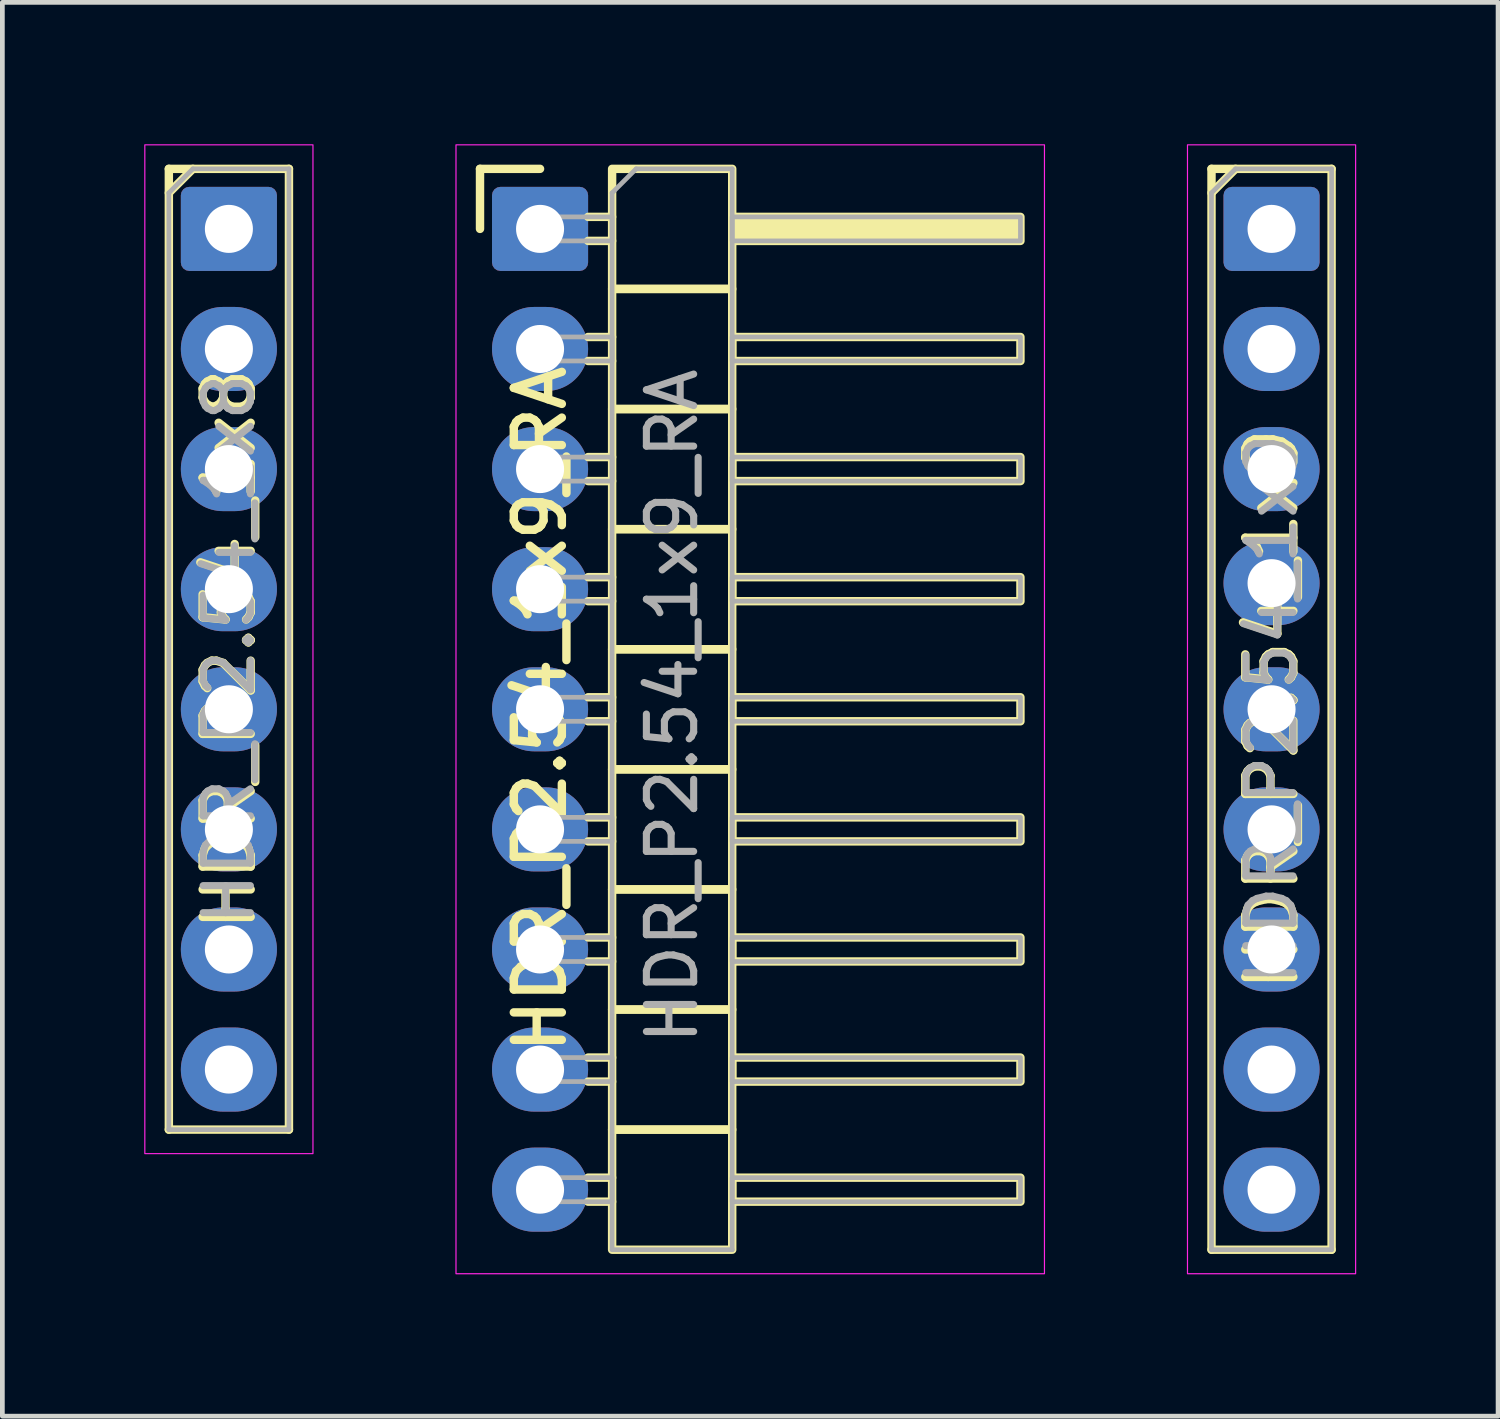
<source format=kicad_pcb>
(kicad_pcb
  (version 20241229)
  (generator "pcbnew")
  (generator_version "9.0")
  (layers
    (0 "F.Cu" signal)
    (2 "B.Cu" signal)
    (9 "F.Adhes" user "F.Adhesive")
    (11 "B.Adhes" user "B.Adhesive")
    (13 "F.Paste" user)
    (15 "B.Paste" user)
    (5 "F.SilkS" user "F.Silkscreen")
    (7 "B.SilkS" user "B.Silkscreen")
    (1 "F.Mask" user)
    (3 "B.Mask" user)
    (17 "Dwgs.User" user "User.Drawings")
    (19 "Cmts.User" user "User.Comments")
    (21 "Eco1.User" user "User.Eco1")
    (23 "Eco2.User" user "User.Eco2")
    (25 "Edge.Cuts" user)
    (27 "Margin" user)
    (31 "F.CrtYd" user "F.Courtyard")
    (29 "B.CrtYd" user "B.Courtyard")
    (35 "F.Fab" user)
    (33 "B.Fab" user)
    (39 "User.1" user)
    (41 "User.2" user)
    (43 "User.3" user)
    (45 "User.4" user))
  (footprint "HDR_P2.54_1x9_RA"
    (layer "F.Cu")
    (at 8.372 11.951)
    (property "Reference" "HDR_P2.54_1x9_RA" (at 0 0 90) (layer "F.SilkS") (effects (font (size 1.016 1.016) (thickness 0.178))))
    (attr through_hole)
    (fp_line (start -1.27 -11.43) (end 0 -11.43) (stroke (width 0.178) (type solid)) (layer "F.SilkS"))
    (fp_line (start -1.27 -10.16) (end -1.27 -11.43) (stroke (width 0.178) (type solid)) (layer "F.SilkS"))
    (fp_line (start 1.016 -10.414) (end 1.524 -10.414) (stroke (width 0.178) (type solid)) (layer "F.SilkS"))
    (fp_line (start 1.016 -9.906) (end 1.524 -9.906) (stroke (width 0.178) (type solid)) (layer "F.SilkS"))
    (fp_line (start 1.016 -7.874) (end 1.524 -7.874) (stroke (width 0.178) (type solid)) (layer "F.SilkS"))
    (fp_line (start 1.016 -7.366) (end 1.524 -7.366) (stroke (width 0.178) (type solid)) (layer "F.SilkS"))
    (fp_line (start 1.016 -5.334) (end 1.524 -5.334) (stroke (width 0.178) (type solid)) (layer "F.SilkS"))
    (fp_line (start 1.016 -4.826) (end 1.524 -4.826) (stroke (width 0.178) (type solid)) (layer "F.SilkS"))
    (fp_line (start 1.016 -2.794) (end 1.524 -2.794) (stroke (width 0.178) (type solid)) (layer "F.SilkS"))
    (fp_line (start 1.016 -2.286) (end 1.524 -2.286) (stroke (width 0.178) (type solid)) (layer "F.SilkS"))
    (fp_line (start 1.016 -0.254) (end 1.524 -0.254) (stroke (width 0.178) (type solid)) (layer "F.SilkS"))
    (fp_line (start 1.016 0.254) (end 1.524 0.254) (stroke (width 0.178) (type solid)) (layer "F.SilkS"))
    (fp_line (start 1.016 2.286) (end 1.524 2.286) (stroke (width 0.178) (type solid)) (layer "F.SilkS"))
    (fp_line (start 1.016 2.794) (end 1.524 2.794) (stroke (width 0.178) (type solid)) (layer "F.SilkS"))
    (fp_line (start 1.016 4.826) (end 1.524 4.826) (stroke (width 0.178) (type solid)) (layer "F.SilkS"))
    (fp_line (start 1.016 5.334) (end 1.524 5.334) (stroke (width 0.178) (type solid)) (layer "F.SilkS"))
    (fp_line (start 1.016 7.366) (end 1.524 7.366) (stroke (width 0.178) (type solid)) (layer "F.SilkS"))
    (fp_line (start 1.016 7.874) (end 1.524 7.874) (stroke (width 0.178) (type solid)) (layer "F.SilkS"))
    (fp_line (start 1.016 9.906) (end 1.524 9.906) (stroke (width 0.178) (type solid)) (layer "F.SilkS"))
    (fp_line (start 1.016 10.414) (end 1.524 10.414) (stroke (width 0.178) (type solid)) (layer "F.SilkS"))
    (fp_rect (start 1.524 -8.89) (end 4.064 -11.43) (stroke (width 0.178) (type solid)) (fill no) (layer "F.SilkS"))
    (fp_rect (start 1.524 -6.35) (end 4.064 -8.89) (stroke (width 0.178) (type solid)) (fill no) (layer "F.SilkS"))
    (fp_rect (start 1.524 -3.81) (end 4.064 -6.35) (stroke (width 0.178) (type solid)) (fill no) (layer "F.SilkS"))
    (fp_rect (start 1.524 -1.27) (end 4.064 -3.81) (stroke (width 0.178) (type solid)) (fill no) (layer "F.SilkS"))
    (fp_rect (start 1.524 1.27) (end 4.064 -1.27) (stroke (width 0.178) (type solid)) (fill no) (layer "F.SilkS"))
    (fp_rect (start 1.524 3.81) (end 4.064 1.27) (stroke (width 0.178) (type solid)) (fill no) (layer "F.SilkS"))
    (fp_rect (start 1.524 6.35) (end 4.064 3.81) (stroke (width 0.178) (type solid)) (fill no) (layer "F.SilkS"))
    (fp_rect (start 1.524 8.89) (end 4.064 6.35) (stroke (width 0.178) (type solid)) (fill no) (layer "F.SilkS"))
    (fp_rect (start 1.524 11.43) (end 4.064 8.89) (stroke (width 0.178) (type solid)) (fill no) (layer "F.SilkS"))
    (fp_rect (start 4.064 -10.414) (end 10.16 -9.906) (stroke (width 0.178) (type solid)) (fill yes) (layer "F.SilkS"))
    (fp_rect (start 4.064 -7.874) (end 10.16 -7.366) (stroke (width 0.178) (type solid)) (fill no) (layer "F.SilkS"))
    (fp_rect (start 4.064 -5.334) (end 10.16 -4.826) (stroke (width 0.178) (type solid)) (fill no) (layer "F.SilkS"))
    (fp_rect (start 4.064 -2.794) (end 10.16 -2.286) (stroke (width 0.178) (type solid)) (fill no) (layer "F.SilkS"))
    (fp_rect (start 4.064 -0.254) (end 10.16 0.254) (stroke (width 0.178) (type solid)) (fill no) (layer "F.SilkS"))
    (fp_rect (start 4.064 2.286) (end 10.16 2.794) (stroke (width 0.178) (type solid)) (fill no) (layer "F.SilkS"))
    (fp_rect (start 4.064 4.826) (end 10.16 5.334) (stroke (width 0.178) (type solid)) (fill no) (layer "F.SilkS"))
    (fp_rect (start 4.064 7.366) (end 10.16 7.874) (stroke (width 0.178) (type solid)) (fill no) (layer "F.SilkS"))
    (fp_rect (start 4.064 9.906) (end 10.16 10.414) (stroke (width 0.178) (type solid)) (fill no) (layer "F.SilkS"))
    (fp_rect (start -1.778 -11.938) (end 10.668 11.938) (stroke (width 0.025) (type solid)) (fill no) (layer "F.CrtYd"))
    (fp_line (start 1.524 -10.922) (end 2.032 -11.43) (stroke (width 0.1) (type solid)) (layer "F.Fab"))
    (fp_line (start 1.524 11.43) (end 1.524 -10.922) (stroke (width 0.1) (type solid)) (layer "F.Fab"))
    (fp_line (start 2.032 -11.43) (end 4.064 -11.43) (stroke (width 0.1) (type solid)) (layer "F.Fab"))
    (fp_line (start 4.064 -11.43) (end 4.064 11.43) (stroke (width 0.1) (type solid)) (layer "F.Fab"))
    (fp_line (start 4.064 11.43) (end 1.524 11.43) (stroke (width 0.1) (type solid)) (layer "F.Fab"))
    (fp_rect (start -0.254 -10.414) (end 1.524 -9.906) (stroke (width 0.1) (type solid)) (fill no) (layer "F.Fab"))
    (fp_rect (start -0.254 -7.874) (end 1.524 -7.366) (stroke (width 0.1) (type solid)) (fill no) (layer "F.Fab"))
    (fp_rect (start -0.254 -5.334) (end 1.524 -4.826) (stroke (width 0.1) (type solid)) (fill no) (layer "F.Fab"))
    (fp_rect (start -0.254 -2.794) (end 1.524 -2.286) (stroke (width 0.1) (type solid)) (fill no) (layer "F.Fab"))
    (fp_rect (start -0.254 0.254) (end 1.524 -0.254) (stroke (width 0.1) (type solid)) (fill no) (layer "F.Fab"))
    (fp_rect (start -0.254 2.286) (end 1.524 2.794) (stroke (width 0.1) (type solid)) (fill no) (layer "F.Fab"))
    (fp_rect (start -0.254 4.826) (end 1.524 5.334) (stroke (width 0.1) (type solid)) (fill no) (layer "F.Fab"))
    (fp_rect (start -0.254 7.366) (end 1.524 7.874) (stroke (width 0.1) (type solid)) (fill no) (layer "F.Fab"))
    (fp_rect (start -0.254 9.906) (end 1.524 10.414) (stroke (width 0.1) (type solid)) (fill no) (layer "F.Fab"))
    (fp_rect (start 4.064 -10.414) (end 10.16 -9.906) (stroke (width 0.1) (type solid)) (fill no) (layer "F.Fab"))
    (fp_rect (start 4.064 -7.874) (end 10.16 -7.366) (stroke (width 0.1) (type solid)) (fill no) (layer "F.Fab"))
    (fp_rect (start 4.064 -5.334) (end 10.16 -4.826) (stroke (width 0.1) (type solid)) (fill no) (layer "F.Fab"))
    (fp_rect (start 4.064 -2.794) (end 10.16 -2.286) (stroke (width 0.1) (type solid)) (fill no) (layer "F.Fab"))
    (fp_rect (start 4.064 -0.254) (end 10.16 0.254) (stroke (width 0.1) (type solid)) (fill no) (layer "F.Fab"))
    (fp_rect (start 4.064 2.286) (end 10.16 2.794) (stroke (width 0.1) (type solid)) (fill no) (layer "F.Fab"))
    (fp_rect (start 4.064 5.334) (end 10.16 4.826) (stroke (width 0.1) (type solid)) (fill no) (layer "F.Fab"))
    (fp_rect (start 4.064 7.874) (end 10.16 7.366) (stroke (width 0.1) (type solid)) (fill no) (layer "F.Fab"))
    (fp_rect (start 4.064 9.906) (end 10.16 10.414) (stroke (width 0.1) (type solid)) (fill no) (layer "F.Fab"))
    (fp_text user "${REFERENCE}" (at 2.794 -0.066 90) (layer "F.Fab") (effects (font (size 1 1) (thickness 0.15))))
    (pad "1" thru_hole roundrect (at 0 -10.16) (size 2.032 1.778) (drill 1.016) (layers "*.Cu" "*.Mask") (roundrect_rratio 0.1))
    (pad "2" thru_hole oval (at 0 -7.62) (size 2.032 1.778) (drill 1.016) (layers "*.Cu" "*.Mask"))
    (pad "3" thru_hole oval (at 0 -5.08) (size 2.032 1.778) (drill 1.016) (layers "*.Cu" "*.Mask"))
    (pad "4" thru_hole oval (at 0 -2.54) (size 2.032 1.778) (drill 1.016) (layers "*.Cu" "*.Mask"))
    (pad "5" thru_hole oval (at 0 0) (size 2.032 1.778) (drill 1.016) (layers "*.Cu" "*.Mask"))
    (pad "6" thru_hole oval (at 0 2.54) (size 2.032 1.778) (drill 1.016) (layers "*.Cu" "*.Mask"))
    (pad "7" thru_hole oval (at 0 5.08) (size 2.032 1.778) (drill 1.016) (layers "*.Cu" "*.Mask"))
    (pad "8" thru_hole oval (at 0 7.62) (size 2.032 1.778) (drill 1.016) (layers "*.Cu" "*.Mask"))
    (pad "9" thru_hole oval (at 0 10.16) (size 2.032 1.778) (drill 1.016) (layers "*.Cu" "*.Mask")))
  (footprint "HDR_P2.54_1x8"
    (layer "F.Cu")
    (at 1.791 10.681)
    (property "Reference" "HDR_P2.54_1x8" (at 0 0 90) (layer "F.SilkS") (effects (font (size 1.016 1.016) (thickness 0.178))))
    (attr through_hole)
    (fp_line (start -1.27 -10.16) (end -1.27 10.16) (stroke (width 0.178) (type solid)) (layer "F.SilkS"))
    (fp_line (start -1.27 -10.16) (end 1.27 -10.16) (stroke (width 0.178) (type solid)) (layer "F.SilkS"))
    (fp_line (start -1.27 -9.652) (end -0.762 -10.16) (stroke (width 0.178) (type solid)) (layer "F.SilkS"))
    (fp_line (start -1.27 10.16) (end 1.27 10.16) (stroke (width 0.178) (type solid)) (layer "F.SilkS"))
    (fp_line (start 1.27 -10.16) (end 1.27 10.16) (stroke (width 0.178) (type solid)) (layer "F.SilkS"))
    (fp_rect (start -1.778 -10.668) (end 1.778 10.668) (stroke (width 0.025) (type solid)) (fill no) (layer "F.CrtYd"))
    (fp_line (start -1.27 -9.652) (end -0.762 -10.16) (stroke (width 0.1) (type solid)) (layer "F.Fab"))
    (fp_line (start -1.27 10.16) (end -1.27 -9.652) (stroke (width 0.1) (type solid)) (layer "F.Fab"))
    (fp_line (start -0.762 -10.16) (end 1.27 -10.16) (stroke (width 0.1) (type solid)) (layer "F.Fab"))
    (fp_line (start 1.27 -10.16) (end 1.27 10.16) (stroke (width 0.1) (type solid)) (layer "F.Fab"))
    (fp_line (start 1.27 10.16) (end -1.27 10.16) (stroke (width 0.1) (type solid)) (layer "F.Fab"))
    (fp_text user "${REFERENCE}" (at 0 0 90) (layer "F.Fab") (effects (font (size 1 1) (thickness 0.15))))
    (pad "1" thru_hole roundrect (at 0 -8.89) (size 2.032 1.778) (drill 1.016) (layers "*.Cu" "*.Mask") (roundrect_rratio 0.1))
    (pad "2" thru_hole oval (at 0 -6.35) (size 2.032 1.778) (drill 1.016) (layers "*.Cu" "*.Mask"))
    (pad "3" thru_hole oval (at 0 -3.81) (size 2.032 1.778) (drill 1.016) (layers "*.Cu" "*.Mask"))
    (pad "4" thru_hole oval (at 0 -1.27) (size 2.032 1.778) (drill 1.016) (layers "*.Cu" "*.Mask"))
    (pad "5" thru_hole oval (at 0 1.27) (size 2.032 1.778) (drill 1.016) (layers "*.Cu" "*.Mask"))
    (pad "6" thru_hole oval (at 0 3.81) (size 2.032 1.778) (drill 1.016) (layers "*.Cu" "*.Mask"))
    (pad "7" thru_hole oval (at 0 6.35) (size 2.032 1.778) (drill 1.016) (layers "*.Cu" "*.Mask"))
    (pad "8" thru_hole oval (at 0 8.89) (size 2.032 1.778) (drill 1.016) (layers "*.Cu" "*.Mask")))
  (footprint "HDR_P2.54_1x9"
    (layer "F.Cu")
    (at 23.843 11.951)
    (property "Reference" "HDR_P2.54_1x9" (at 0 0 90) (layer "F.SilkS") (effects (font (size 1.016 1.016) (thickness 0.178))))
    (attr through_hole)
    (fp_line (start -1.27 -11.43) (end -1.27 11.43) (stroke (width 0.178) (type solid)) (layer "F.SilkS"))
    (fp_line (start -1.27 -11.43) (end 1.27 -11.43) (stroke (width 0.178) (type solid)) (layer "F.SilkS"))
    (fp_line (start -1.27 -10.922) (end -0.762 -11.43) (stroke (width 0.178) (type solid)) (layer "F.SilkS"))
    (fp_line (start -1.27 11.43) (end 1.27 11.43) (stroke (width 0.178) (type solid)) (layer "F.SilkS"))
    (fp_line (start 1.27 -11.43) (end 1.27 11.43) (stroke (width 0.178) (type solid)) (layer "F.SilkS"))
    (fp_rect (start -1.778 -11.938) (end 1.778 11.938) (stroke (width 0.025) (type solid)) (fill no) (layer "F.CrtYd"))
    (fp_line (start -1.27 -10.922) (end -0.762 -11.43) (stroke (width 0.1) (type solid)) (layer "F.Fab"))
    (fp_line (start -1.27 11.43) (end -1.27 -10.922) (stroke (width 0.1) (type solid)) (layer "F.Fab"))
    (fp_line (start -0.762 -11.43) (end 1.27 -11.43) (stroke (width 0.1) (type solid)) (layer "F.Fab"))
    (fp_line (start 1.27 -11.43) (end 1.27 11.43) (stroke (width 0.1) (type solid)) (layer "F.Fab"))
    (fp_line (start 1.27 11.43) (end -1.27 11.43) (stroke (width 0.1) (type solid)) (layer "F.Fab"))
    (fp_text user "${REFERENCE}" (at 0 0 90) (layer "F.Fab") (effects (font (size 1 1) (thickness 0.15))))
    (pad "1" thru_hole roundrect (at 0 -10.16) (size 2.032 1.778) (drill 1.016) (layers "*.Cu" "*.Mask") (roundrect_rratio 0.1))
    (pad "2" thru_hole oval (at 0 -7.62) (size 2.032 1.778) (drill 1.016) (layers "*.Cu" "*.Mask"))
    (pad "3" thru_hole oval (at 0 -5.08) (size 2.032 1.778) (drill 1.016) (layers "*.Cu" "*.Mask"))
    (pad "4" thru_hole oval (at 0 -2.667) (size 2.032 1.778) (drill 1.016) (layers "*.Cu" "*.Mask"))
    (pad "5" thru_hole oval (at 0 0) (size 2.032 1.778) (drill 1.016) (layers "*.Cu" "*.Mask"))
    (pad "6" thru_hole oval (at 0 2.54) (size 2.032 1.778) (drill 1.016) (layers "*.Cu" "*.Mask"))
    (pad "7" thru_hole oval (at 0 5.08) (size 2.032 1.778) (drill 1.016) (layers "*.Cu" "*.Mask"))
    (pad "8" thru_hole oval (at 0 7.62) (size 2.032 1.778) (drill 1.016) (layers "*.Cu" "*.Mask"))
    (pad "9" thru_hole oval (at 0 10.16) (size 2.032 1.778) (drill 1.016) (layers "*.Cu" "*.Mask")))
  (gr_rect
    (start -3 -3)
    (end 28.634 26.901)
    (stroke (width 0.1) (type default))
    (fill no)
    (layer "Edge.Cuts")))
</source>
